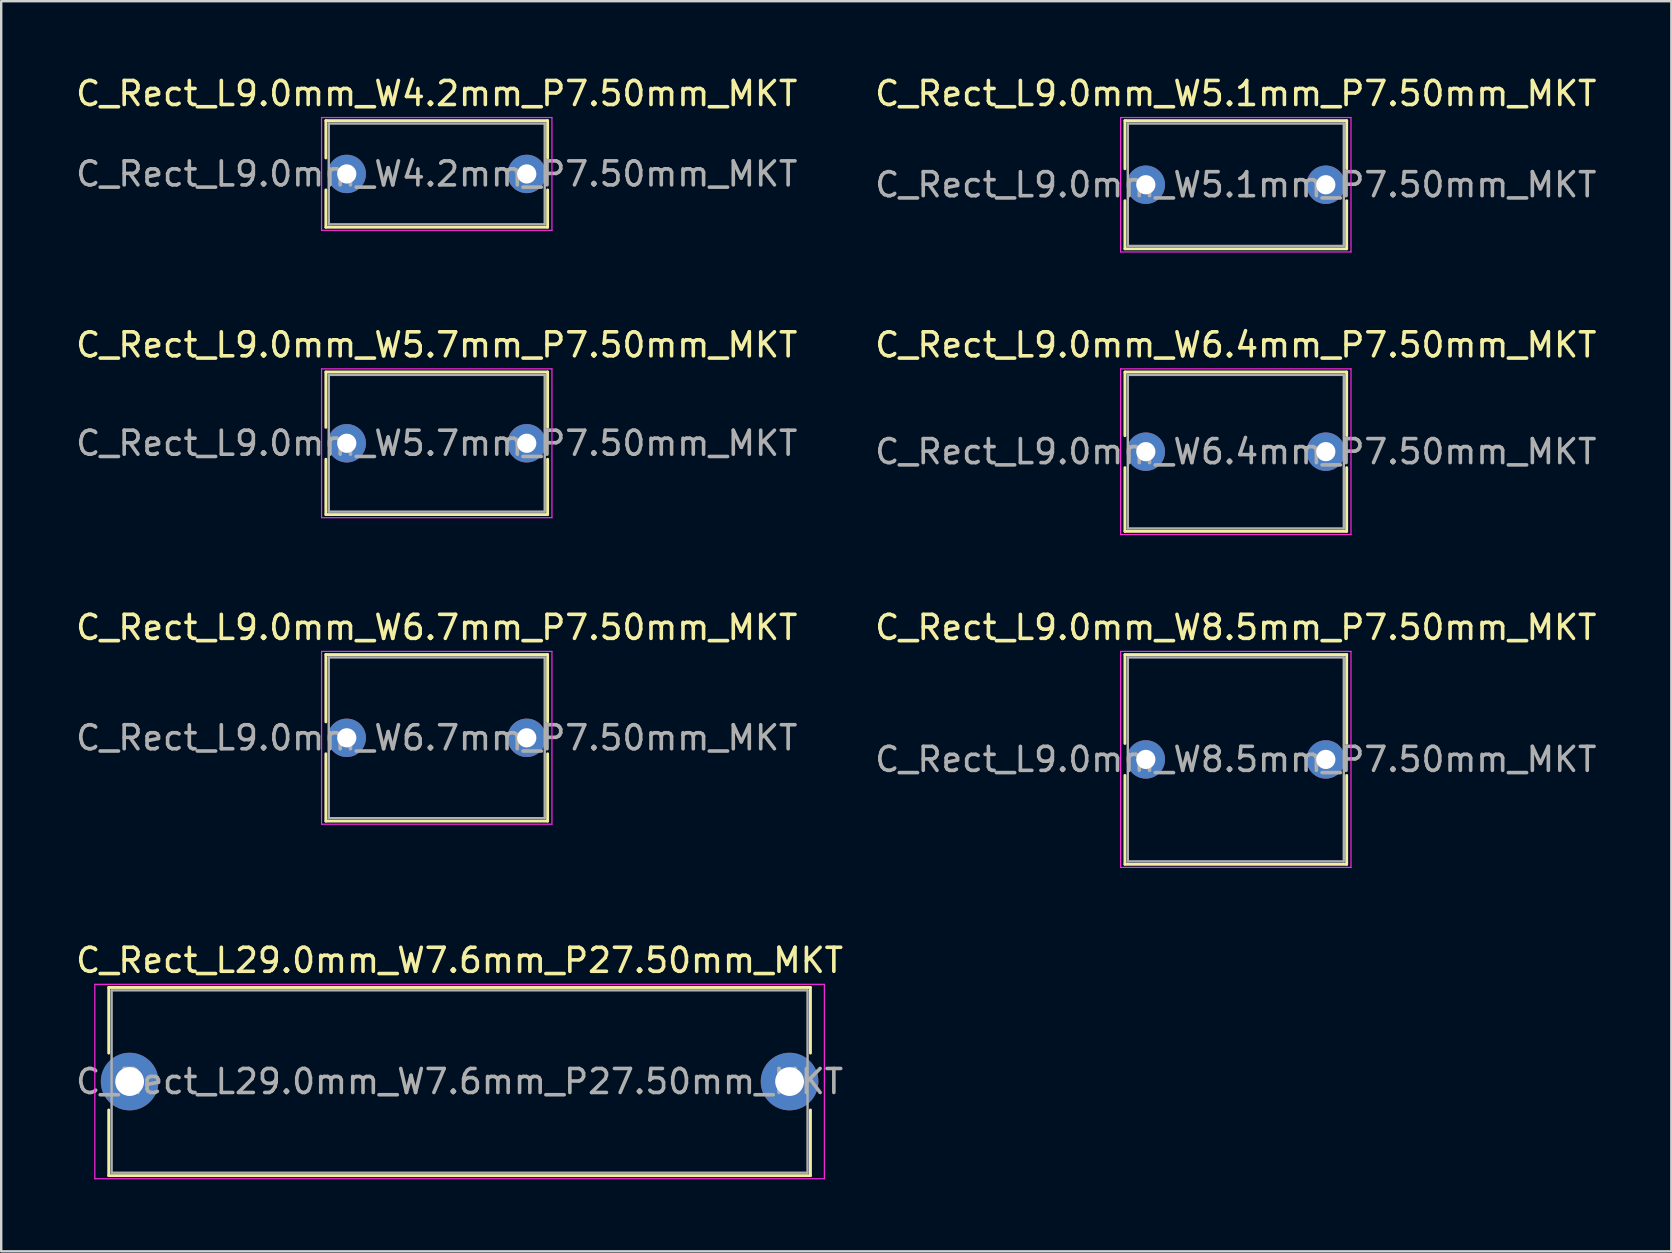
<source format=kicad_pcb>
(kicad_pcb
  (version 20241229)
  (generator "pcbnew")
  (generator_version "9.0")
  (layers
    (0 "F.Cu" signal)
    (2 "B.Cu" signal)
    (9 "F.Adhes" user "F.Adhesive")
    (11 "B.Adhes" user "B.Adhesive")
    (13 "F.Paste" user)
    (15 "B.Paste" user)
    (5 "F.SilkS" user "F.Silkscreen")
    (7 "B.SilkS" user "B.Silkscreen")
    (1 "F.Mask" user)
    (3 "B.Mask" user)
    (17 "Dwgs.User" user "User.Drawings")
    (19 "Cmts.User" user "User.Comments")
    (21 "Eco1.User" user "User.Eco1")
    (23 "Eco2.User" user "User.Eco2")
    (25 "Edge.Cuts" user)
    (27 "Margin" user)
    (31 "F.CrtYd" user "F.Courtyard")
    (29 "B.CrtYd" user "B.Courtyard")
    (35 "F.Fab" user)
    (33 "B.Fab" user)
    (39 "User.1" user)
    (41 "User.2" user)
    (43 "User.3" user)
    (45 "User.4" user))
  (footprint "C_Rect_L9.0mm_W5.7mm_P7.50mm_MKT"
    (layer "F.Cu")
    (at 11.399 15.421)
    (property "Reference" "C_Rect_L9.0mm_W5.7mm_P7.50mm_MKT" (at 3.75 -4.1 0) (layer "F.SilkS") (effects (font (size 1 1) (thickness 0.15))))
    (attr through_hole)
    (fp_line (start -0.87 -2.97) (end -0.87 -0.665) (stroke (width 0.12) (type solid)) (layer "F.SilkS"))
    (fp_line (start -0.87 -2.97) (end 8.37 -2.97) (stroke (width 0.12) (type solid)) (layer "F.SilkS"))
    (fp_line (start -0.87 0.665) (end -0.87 2.97) (stroke (width 0.12) (type solid)) (layer "F.SilkS"))
    (fp_line (start -0.87 2.97) (end 8.37 2.97) (stroke (width 0.12) (type solid)) (layer "F.SilkS"))
    (fp_line (start 8.37 -2.97) (end 8.37 -0.665) (stroke (width 0.12) (type solid)) (layer "F.SilkS"))
    (fp_line (start 8.37 0.665) (end 8.37 2.97) (stroke (width 0.12) (type solid)) (layer "F.SilkS"))
    (fp_line (start -1.05 -3.1) (end -1.05 3.1) (stroke (width 0.05) (type solid)) (layer "F.CrtYd"))
    (fp_line (start -1.05 3.1) (end 8.55 3.1) (stroke (width 0.05) (type solid)) (layer "F.CrtYd"))
    (fp_line (start 8.55 -3.1) (end -1.05 -3.1) (stroke (width 0.05) (type solid)) (layer "F.CrtYd"))
    (fp_line (start 8.55 3.1) (end 8.55 -3.1) (stroke (width 0.05) (type solid)) (layer "F.CrtYd"))
    (fp_line (start -0.75 -2.85) (end -0.75 2.85) (stroke (width 0.1) (type solid)) (layer "F.Fab"))
    (fp_line (start -0.75 2.85) (end 8.25 2.85) (stroke (width 0.1) (type solid)) (layer "F.Fab"))
    (fp_line (start 8.25 -2.85) (end -0.75 -2.85) (stroke (width 0.1) (type solid)) (layer "F.Fab"))
    (fp_line (start 8.25 2.85) (end 8.25 -2.85) (stroke (width 0.1) (type solid)) (layer "F.Fab"))
    (fp_text user "${REFERENCE}" (at 3.75 0 0) (layer "F.Fab") (effects (font (size 1 1) (thickness 0.15))))
    (pad "1" thru_hole circle (at 0 0) (size 1.6 1.6) (drill 0.8) (layers "*.Cu" "*.Mask"))
    (pad "2" thru_hole circle (at 7.5 0) (size 1.6 1.6) (drill 0.8) (layers "*.Cu" "*.Mask")))
  (footprint "C_Rect_L29.0mm_W7.6mm_P27.50mm_MKT"
    (layer "F.Cu")
    (at 2.351 42.018)
    (property "Reference" "C_Rect_L29.0mm_W7.6mm_P27.50mm_MKT" (at 13.75 -5.05 0) (layer "F.SilkS") (effects (font (size 1 1) (thickness 0.15))))
    (attr through_hole)
    (fp_line (start -0.87 -3.92) (end -0.87 -1.185) (stroke (width 0.12) (type solid)) (layer "F.SilkS"))
    (fp_line (start -0.87 -3.92) (end 28.37 -3.92) (stroke (width 0.12) (type solid)) (layer "F.SilkS"))
    (fp_line (start -0.87 1.185) (end -0.87 3.92) (stroke (width 0.12) (type solid)) (layer "F.SilkS"))
    (fp_line (start -0.87 3.92) (end 28.37 3.92) (stroke (width 0.12) (type solid)) (layer "F.SilkS"))
    (fp_line (start 28.37 -3.92) (end 28.37 -1.185) (stroke (width 0.12) (type solid)) (layer "F.SilkS"))
    (fp_line (start 28.37 1.185) (end 28.37 3.92) (stroke (width 0.12) (type solid)) (layer "F.SilkS"))
    (fp_line (start -1.45 -4.05) (end -1.45 4.05) (stroke (width 0.05) (type solid)) (layer "F.CrtYd"))
    (fp_line (start -1.45 4.05) (end 28.95 4.05) (stroke (width 0.05) (type solid)) (layer "F.CrtYd"))
    (fp_line (start 28.95 -4.05) (end -1.45 -4.05) (stroke (width 0.05) (type solid)) (layer "F.CrtYd"))
    (fp_line (start 28.95 4.05) (end 28.95 -4.05) (stroke (width 0.05) (type solid)) (layer "F.CrtYd"))
    (fp_line (start -0.75 -3.8) (end -0.75 3.8) (stroke (width 0.1) (type solid)) (layer "F.Fab"))
    (fp_line (start -0.75 3.8) (end 28.25 3.8) (stroke (width 0.1) (type solid)) (layer "F.Fab"))
    (fp_line (start 28.25 -3.8) (end -0.75 -3.8) (stroke (width 0.1) (type solid)) (layer "F.Fab"))
    (fp_line (start 28.25 3.8) (end 28.25 -3.8) (stroke (width 0.1) (type solid)) (layer "F.Fab"))
    (fp_text user "${REFERENCE}" (at 13.75 0 0) (layer "F.Fab") (effects (font (size 1 1) (thickness 0.15))))
    (pad "1" thru_hole circle (at 0 0) (size 2.4 2.4) (drill 1.2) (layers "*.Cu" "*.Mask"))
    (pad "2" thru_hole circle (at 27.5 0) (size 2.4 2.4) (drill 1.2) (layers "*.Cu" "*.Mask")))
  (footprint "C_Rect_L9.0mm_W6.7mm_P7.50mm_MKT"
    (layer "F.Cu")
    (at 11.399 27.695)
    (property "Reference" "C_Rect_L9.0mm_W6.7mm_P7.50mm_MKT" (at 3.75 -4.6 0) (layer "F.SilkS") (effects (font (size 1 1) (thickness 0.15))))
    (attr through_hole)
    (fp_line (start -0.87 -3.47) (end -0.87 -0.665) (stroke (width 0.12) (type solid)) (layer "F.SilkS"))
    (fp_line (start -0.87 -3.47) (end 8.37 -3.47) (stroke (width 0.12) (type solid)) (layer "F.SilkS"))
    (fp_line (start -0.87 0.665) (end -0.87 3.47) (stroke (width 0.12) (type solid)) (layer "F.SilkS"))
    (fp_line (start -0.87 3.47) (end 8.37 3.47) (stroke (width 0.12) (type solid)) (layer "F.SilkS"))
    (fp_line (start 8.37 -3.47) (end 8.37 -0.665) (stroke (width 0.12) (type solid)) (layer "F.SilkS"))
    (fp_line (start 8.37 0.665) (end 8.37 3.47) (stroke (width 0.12) (type solid)) (layer "F.SilkS"))
    (fp_line (start -1.05 -3.6) (end -1.05 3.6) (stroke (width 0.05) (type solid)) (layer "F.CrtYd"))
    (fp_line (start -1.05 3.6) (end 8.55 3.6) (stroke (width 0.05) (type solid)) (layer "F.CrtYd"))
    (fp_line (start 8.55 -3.6) (end -1.05 -3.6) (stroke (width 0.05) (type solid)) (layer "F.CrtYd"))
    (fp_line (start 8.55 3.6) (end 8.55 -3.6) (stroke (width 0.05) (type solid)) (layer "F.CrtYd"))
    (fp_line (start -0.75 -3.35) (end -0.75 3.35) (stroke (width 0.1) (type solid)) (layer "F.Fab"))
    (fp_line (start -0.75 3.35) (end 8.25 3.35) (stroke (width 0.1) (type solid)) (layer "F.Fab"))
    (fp_line (start 8.25 -3.35) (end -0.75 -3.35) (stroke (width 0.1) (type solid)) (layer "F.Fab"))
    (fp_line (start 8.25 3.35) (end 8.25 -3.35) (stroke (width 0.1) (type solid)) (layer "F.Fab"))
    (fp_text user "${REFERENCE}" (at 3.75 0 0) (layer "F.Fab") (effects (font (size 1 1) (thickness 0.15))))
    (pad "1" thru_hole circle (at 0 0) (size 1.6 1.6) (drill 0.8) (layers "*.Cu" "*.Mask"))
    (pad "2" thru_hole circle (at 7.5 0) (size 1.6 1.6) (drill 0.8) (layers "*.Cu" "*.Mask")))
  (footprint "C_Rect_L9.0mm_W4.2mm_P7.50mm_MKT"
    (layer "F.Cu")
    (at 11.399 4.198)
    (property "Reference" "C_Rect_L9.0mm_W4.2mm_P7.50mm_MKT" (at 3.75 -3.35 0) (layer "F.SilkS") (effects (font (size 1 1) (thickness 0.15))))
    (attr through_hole)
    (fp_line (start -0.87 -2.22) (end -0.87 -0.665) (stroke (width 0.12) (type solid)) (layer "F.SilkS"))
    (fp_line (start -0.87 -2.22) (end 8.37 -2.22) (stroke (width 0.12) (type solid)) (layer "F.SilkS"))
    (fp_line (start -0.87 0.665) (end -0.87 2.22) (stroke (width 0.12) (type solid)) (layer "F.SilkS"))
    (fp_line (start -0.87 2.22) (end 8.37 2.22) (stroke (width 0.12) (type solid)) (layer "F.SilkS"))
    (fp_line (start 8.37 -2.22) (end 8.37 -0.665) (stroke (width 0.12) (type solid)) (layer "F.SilkS"))
    (fp_line (start 8.37 0.665) (end 8.37 2.22) (stroke (width 0.12) (type solid)) (layer "F.SilkS"))
    (fp_line (start -1.05 -2.35) (end -1.05 2.35) (stroke (width 0.05) (type solid)) (layer "F.CrtYd"))
    (fp_line (start -1.05 2.35) (end 8.55 2.35) (stroke (width 0.05) (type solid)) (layer "F.CrtYd"))
    (fp_line (start 8.55 -2.35) (end -1.05 -2.35) (stroke (width 0.05) (type solid)) (layer "F.CrtYd"))
    (fp_line (start 8.55 2.35) (end 8.55 -2.35) (stroke (width 0.05) (type solid)) (layer "F.CrtYd"))
    (fp_line (start -0.75 -2.1) (end -0.75 2.1) (stroke (width 0.1) (type solid)) (layer "F.Fab"))
    (fp_line (start -0.75 2.1) (end 8.25 2.1) (stroke (width 0.1) (type solid)) (layer "F.Fab"))
    (fp_line (start 8.25 -2.1) (end -0.75 -2.1) (stroke (width 0.1) (type solid)) (layer "F.Fab"))
    (fp_line (start 8.25 2.1) (end 8.25 -2.1) (stroke (width 0.1) (type solid)) (layer "F.Fab"))
    (fp_text user "${REFERENCE}" (at 3.75 0 0) (layer "F.Fab") (effects (font (size 1 1) (thickness 0.15))))
    (pad "1" thru_hole circle (at 0 0) (size 1.6 1.6) (drill 0.8) (layers "*.Cu" "*.Mask"))
    (pad "2" thru_hole circle (at 7.5 0) (size 1.6 1.6) (drill 0.8) (layers "*.Cu" "*.Mask")))
  (footprint "C_Rect_L9.0mm_W8.5mm_P7.50mm_MKT"
    (layer "F.Cu")
    (at 44.696 28.595)
    (property "Reference" "C_Rect_L9.0mm_W8.5mm_P7.50mm_MKT" (at 3.75 -5.5 0) (layer "F.SilkS") (effects (font (size 1 1) (thickness 0.15))))
    (attr through_hole)
    (fp_line (start -0.87 -4.37) (end -0.87 -0.665) (stroke (width 0.12) (type solid)) (layer "F.SilkS"))
    (fp_line (start -0.87 -4.37) (end 8.37 -4.37) (stroke (width 0.12) (type solid)) (layer "F.SilkS"))
    (fp_line (start -0.87 0.665) (end -0.87 4.37) (stroke (width 0.12) (type solid)) (layer "F.SilkS"))
    (fp_line (start -0.87 4.37) (end 8.37 4.37) (stroke (width 0.12) (type solid)) (layer "F.SilkS"))
    (fp_line (start 8.37 -4.37) (end 8.37 -0.665) (stroke (width 0.12) (type solid)) (layer "F.SilkS"))
    (fp_line (start 8.37 0.665) (end 8.37 4.37) (stroke (width 0.12) (type solid)) (layer "F.SilkS"))
    (fp_line (start -1.05 -4.5) (end -1.05 4.5) (stroke (width 0.05) (type solid)) (layer "F.CrtYd"))
    (fp_line (start -1.05 4.5) (end 8.55 4.5) (stroke (width 0.05) (type solid)) (layer "F.CrtYd"))
    (fp_line (start 8.55 -4.5) (end -1.05 -4.5) (stroke (width 0.05) (type solid)) (layer "F.CrtYd"))
    (fp_line (start 8.55 4.5) (end 8.55 -4.5) (stroke (width 0.05) (type solid)) (layer "F.CrtYd"))
    (fp_line (start -0.75 -4.25) (end -0.75 4.25) (stroke (width 0.1) (type solid)) (layer "F.Fab"))
    (fp_line (start -0.75 4.25) (end 8.25 4.25) (stroke (width 0.1) (type solid)) (layer "F.Fab"))
    (fp_line (start 8.25 -4.25) (end -0.75 -4.25) (stroke (width 0.1) (type solid)) (layer "F.Fab"))
    (fp_line (start 8.25 4.25) (end 8.25 -4.25) (stroke (width 0.1) (type solid)) (layer "F.Fab"))
    (fp_text user "${REFERENCE}" (at 3.75 0 0) (layer "F.Fab") (effects (font (size 1 1) (thickness 0.15))))
    (pad "1" thru_hole circle (at 0 0) (size 1.6 1.6) (drill 0.8) (layers "*.Cu" "*.Mask"))
    (pad "2" thru_hole circle (at 7.5 0) (size 1.6 1.6) (drill 0.8) (layers "*.Cu" "*.Mask")))
  (footprint "C_Rect_L9.0mm_W5.1mm_P7.50mm_MKT"
    (layer "F.Cu")
    (at 44.696 4.648)
    (property "Reference" "C_Rect_L9.0mm_W5.1mm_P7.50mm_MKT" (at 3.75 -3.8 0) (layer "F.SilkS") (effects (font (size 1 1) (thickness 0.15))))
    (attr through_hole)
    (fp_line (start -0.87 -2.67) (end -0.87 -0.665) (stroke (width 0.12) (type solid)) (layer "F.SilkS"))
    (fp_line (start -0.87 -2.67) (end 8.37 -2.67) (stroke (width 0.12) (type solid)) (layer "F.SilkS"))
    (fp_line (start -0.87 0.665) (end -0.87 2.67) (stroke (width 0.12) (type solid)) (layer "F.SilkS"))
    (fp_line (start -0.87 2.67) (end 8.37 2.67) (stroke (width 0.12) (type solid)) (layer "F.SilkS"))
    (fp_line (start 8.37 -2.67) (end 8.37 -0.665) (stroke (width 0.12) (type solid)) (layer "F.SilkS"))
    (fp_line (start 8.37 0.665) (end 8.37 2.67) (stroke (width 0.12) (type solid)) (layer "F.SilkS"))
    (fp_line (start -1.05 -2.8) (end -1.05 2.8) (stroke (width 0.05) (type solid)) (layer "F.CrtYd"))
    (fp_line (start -1.05 2.8) (end 8.55 2.8) (stroke (width 0.05) (type solid)) (layer "F.CrtYd"))
    (fp_line (start 8.55 -2.8) (end -1.05 -2.8) (stroke (width 0.05) (type solid)) (layer "F.CrtYd"))
    (fp_line (start 8.55 2.8) (end 8.55 -2.8) (stroke (width 0.05) (type solid)) (layer "F.CrtYd"))
    (fp_line (start -0.75 -2.55) (end -0.75 2.55) (stroke (width 0.1) (type solid)) (layer "F.Fab"))
    (fp_line (start -0.75 2.55) (end 8.25 2.55) (stroke (width 0.1) (type solid)) (layer "F.Fab"))
    (fp_line (start 8.25 -2.55) (end -0.75 -2.55) (stroke (width 0.1) (type solid)) (layer "F.Fab"))
    (fp_line (start 8.25 2.55) (end 8.25 -2.55) (stroke (width 0.1) (type solid)) (layer "F.Fab"))
    (fp_text user "${REFERENCE}" (at 3.75 0 0) (layer "F.Fab") (effects (font (size 1 1) (thickness 0.15))))
    (pad "1" thru_hole circle (at 0 0) (size 1.6 1.6) (drill 0.8) (layers "*.Cu" "*.Mask"))
    (pad "2" thru_hole circle (at 7.5 0) (size 1.6 1.6) (drill 0.8) (layers "*.Cu" "*.Mask")))
  (footprint "C_Rect_L9.0mm_W6.4mm_P7.50mm_MKT"
    (layer "F.Cu")
    (at 44.696 15.771)
    (property "Reference" "C_Rect_L9.0mm_W6.4mm_P7.50mm_MKT" (at 3.75 -4.45 0) (layer "F.SilkS") (effects (font (size 1 1) (thickness 0.15))))
    (attr through_hole)
    (fp_line (start -0.87 -3.32) (end -0.87 -0.665) (stroke (width 0.12) (type solid)) (layer "F.SilkS"))
    (fp_line (start -0.87 -3.32) (end 8.37 -3.32) (stroke (width 0.12) (type solid)) (layer "F.SilkS"))
    (fp_line (start -0.87 0.665) (end -0.87 3.32) (stroke (width 0.12) (type solid)) (layer "F.SilkS"))
    (fp_line (start -0.87 3.32) (end 8.37 3.32) (stroke (width 0.12) (type solid)) (layer "F.SilkS"))
    (fp_line (start 8.37 -3.32) (end 8.37 -0.665) (stroke (width 0.12) (type solid)) (layer "F.SilkS"))
    (fp_line (start 8.37 0.665) (end 8.37 3.32) (stroke (width 0.12) (type solid)) (layer "F.SilkS"))
    (fp_line (start -1.05 -3.45) (end -1.05 3.45) (stroke (width 0.05) (type solid)) (layer "F.CrtYd"))
    (fp_line (start -1.05 3.45) (end 8.55 3.45) (stroke (width 0.05) (type solid)) (layer "F.CrtYd"))
    (fp_line (start 8.55 -3.45) (end -1.05 -3.45) (stroke (width 0.05) (type solid)) (layer "F.CrtYd"))
    (fp_line (start 8.55 3.45) (end 8.55 -3.45) (stroke (width 0.05) (type solid)) (layer "F.CrtYd"))
    (fp_line (start -0.75 -3.2) (end -0.75 3.2) (stroke (width 0.1) (type solid)) (layer "F.Fab"))
    (fp_line (start -0.75 3.2) (end 8.25 3.2) (stroke (width 0.1) (type solid)) (layer "F.Fab"))
    (fp_line (start 8.25 -3.2) (end -0.75 -3.2) (stroke (width 0.1) (type solid)) (layer "F.Fab"))
    (fp_line (start 8.25 3.2) (end 8.25 -3.2) (stroke (width 0.1) (type solid)) (layer "F.Fab"))
    (fp_text user "${REFERENCE}" (at 3.75 0 0) (layer "F.Fab") (effects (font (size 1 1) (thickness 0.15))))
    (pad "1" thru_hole circle (at 0 0) (size 1.6 1.6) (drill 0.8) (layers "*.Cu" "*.Mask"))
    (pad "2" thru_hole circle (at 7.5 0) (size 1.6 1.6) (drill 0.8) (layers "*.Cu" "*.Mask")))
  (gr_rect
    (start -3 -3)
    (end 66.595 49.093)
    (stroke (width 0.1) (type default))
    (fill no)
    (layer "Edge.Cuts")))
</source>
